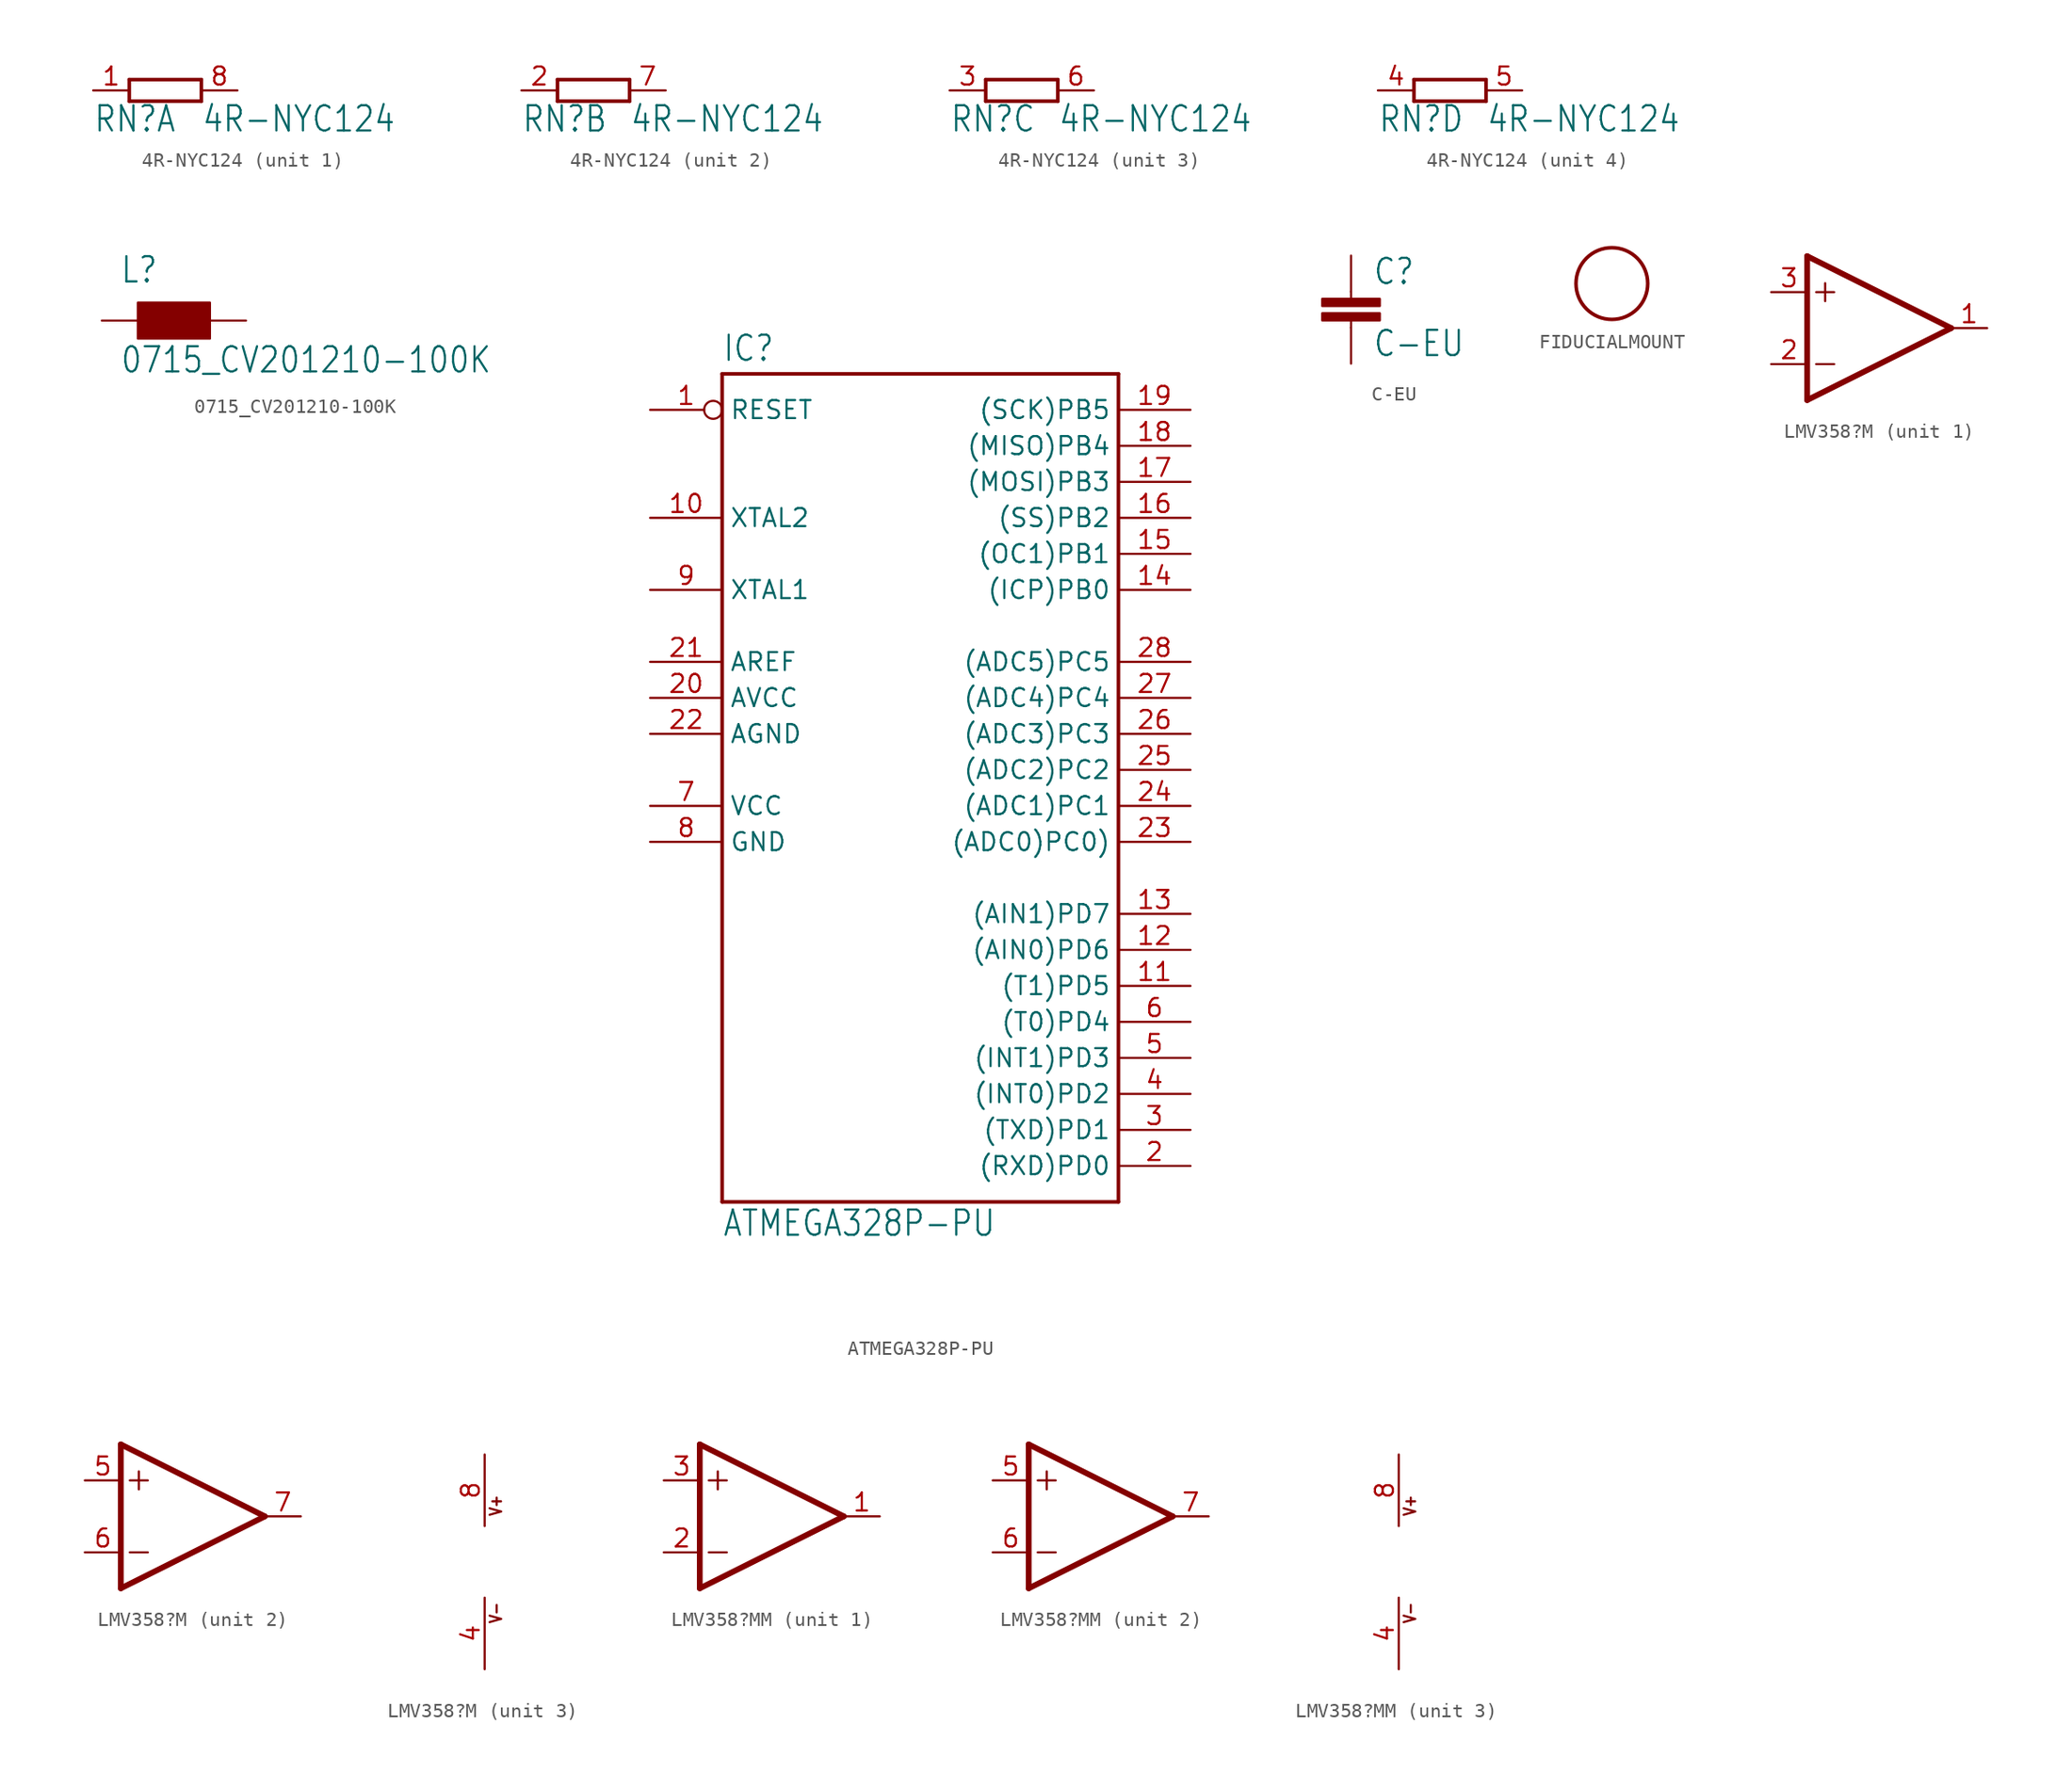
<source format=kicad_sym>
(kicad_symbol_lib
  (version 20211014)
  (generator kicad_symbol_editor)
  (symbol "4R-NYC124"
    (property "Reference" "RN"
      (at -5.08 -3.048 0)
      (effects (font (size 1.778 1.511)) (justify left bottom)))
    (property "Value" "4R-NYC124"
      (at 2.54 -3.048 0)
      (effects (font (size 1.778 1.511)) (justify left bottom)))
    (property "ki_locked" ""
      (at 0 0 0)
      (effects (font (size 1.27 1.27))))
    (symbol "4R-NYC124_1_0"
      (polyline (pts (xy -2.54 -0.762) (xy 2.54 -0.762)) (stroke (width 0.254) (type default) (color 0 0 0 0)) (fill (type none)))
      (polyline (pts (xy -2.54 0.762) (xy -2.54 -0.762)) (stroke (width 0.254) (type default) (color 0 0 0 0)) (fill (type none)))
      (polyline (pts (xy 2.54 -0.762) (xy 2.54 0.762)) (stroke (width 0.254) (type default) (color 0 0 0 0)) (fill (type none)))
      (polyline (pts (xy 2.54 0.762) (xy -2.54 0.762)) (stroke (width 0.254) (type default) (color 0 0 0 0)) (fill (type none)))
      (pin passive line (at -5.08 0 0) (length 2.54) (name "1" (effects (font (size 0 0)))) (number "1" (effects (font (size 1.27 1.27)))))
      (pin passive line (at 5.08 0 180) (length 2.54) (name "2" (effects (font (size 0 0)))) (number "8" (effects (font (size 1.27 1.27))))))
    (symbol "4R-NYC124_2_0"
      (polyline (pts (xy -2.54 -0.762) (xy 2.54 -0.762)) (stroke (width 0.254) (type default) (color 0 0 0 0)) (fill (type none)))
      (polyline (pts (xy -2.54 0.762) (xy -2.54 -0.762)) (stroke (width 0.254) (type default) (color 0 0 0 0)) (fill (type none)))
      (polyline (pts (xy 2.54 -0.762) (xy 2.54 0.762)) (stroke (width 0.254) (type default) (color 0 0 0 0)) (fill (type none)))
      (polyline (pts (xy 2.54 0.762) (xy -2.54 0.762)) (stroke (width 0.254) (type default) (color 0 0 0 0)) (fill (type none)))
      (pin passive line (at -5.08 0 0) (length 2.54) (name "1" (effects (font (size 0 0)))) (number "2" (effects (font (size 1.27 1.27)))))
      (pin passive line (at 5.08 0 180) (length 2.54) (name "2" (effects (font (size 0 0)))) (number "7" (effects (font (size 1.27 1.27))))))
    (symbol "4R-NYC124_3_0"
      (polyline (pts (xy -2.54 -0.762) (xy 2.54 -0.762)) (stroke (width 0.254) (type default) (color 0 0 0 0)) (fill (type none)))
      (polyline (pts (xy -2.54 0.762) (xy -2.54 -0.762)) (stroke (width 0.254) (type default) (color 0 0 0 0)) (fill (type none)))
      (polyline (pts (xy 2.54 -0.762) (xy 2.54 0.762)) (stroke (width 0.254) (type default) (color 0 0 0 0)) (fill (type none)))
      (polyline (pts (xy 2.54 0.762) (xy -2.54 0.762)) (stroke (width 0.254) (type default) (color 0 0 0 0)) (fill (type none)))
      (pin passive line (at -5.08 0 0) (length 2.54) (name "1" (effects (font (size 0 0)))) (number "3" (effects (font (size 1.27 1.27)))))
      (pin passive line (at 5.08 0 180) (length 2.54) (name "2" (effects (font (size 0 0)))) (number "6" (effects (font (size 1.27 1.27))))))
    (symbol "4R-NYC124_4_0"
      (polyline (pts (xy -2.54 -0.762) (xy 2.54 -0.762)) (stroke (width 0.254) (type default) (color 0 0 0 0)) (fill (type none)))
      (polyline (pts (xy -2.54 0.762) (xy -2.54 -0.762)) (stroke (width 0.254) (type default) (color 0 0 0 0)) (fill (type none)))
      (polyline (pts (xy 2.54 -0.762) (xy 2.54 0.762)) (stroke (width 0.254) (type default) (color 0 0 0 0)) (fill (type none)))
      (polyline (pts (xy 2.54 0.762) (xy -2.54 0.762)) (stroke (width 0.254) (type default) (color 0 0 0 0)) (fill (type none)))
      (pin passive line (at -5.08 0 0) (length 2.54) (name "1" (effects (font (size 0 0)))) (number "4" (effects (font (size 1.27 1.27)))))
      (pin passive line (at 5.08 0 180) (length 2.54) (name "2" (effects (font (size 0 0)))) (number "5" (effects (font (size 1.27 1.27)))))))
  (symbol "0715_CV201210-100K"
    (property "Reference" "L"
      (at -3.81 5.08 0)
      (effects (font (size 1.778 1.511)) (justify left bottom)))
    (property "Value" "0715_CV201210-100K"
      (at -3.81 -1.27 0)
      (effects (font (size 1.778 1.511)) (justify left bottom)))
    (property "ki_locked" ""
      (at 0 0 0)
      (effects (font (size 1.27 1.27))))
    (symbol "0715_CV201210-100K_1_0"
      (rectangle (start -2.54 1.27) (end 2.54 3.81) (stroke (width 0) (type default) (color 0 0 0 0)) (fill (type outline)))
      (pin passive line (at -5.08 2.54 0) (length 2.54) (name "1" (effects (font (size 0 0)))) (number "1" (effects (font (size 0 0)))))
      (pin passive line (at 5.08 2.54 180) (length 2.54) (name "2" (effects (font (size 0 0)))) (number "2" (effects (font (size 0 0)))))))
  (symbol "ATMEGA328P-PU"
    (property "Reference" "IC"
      (at -15.24 28.702 0)
      (effects (font (size 1.778 1.511)) (justify left bottom)))
    (property "Value" "ATMEGA328P-PU"
      (at -15.24 -33.02 0)
      (effects (font (size 1.778 1.511)) (justify left bottom)))
    (property "ki_locked" ""
      (at 0 0 0)
      (effects (font (size 1.27 1.27))))
    (symbol "ATMEGA328P-PU_1_0"
      (polyline (pts (xy -15.24 -30.48) (xy -15.24 27.94)) (stroke (width 0.254) (type default) (color 0 0 0 0)) (fill (type none)))
      (polyline (pts (xy -15.24 27.94) (xy 12.7 27.94)) (stroke (width 0.254) (type default) (color 0 0 0 0)) (fill (type none)))
      (polyline (pts (xy 12.7 -30.48) (xy -15.24 -30.48)) (stroke (width 0.254) (type default) (color 0 0 0 0)) (fill (type none)))
      (polyline (pts (xy 12.7 27.94) (xy 12.7 -30.48)) (stroke (width 0.254) (type default) (color 0 0 0 0)) (fill (type none)))
      (pin input inverted (at -20.32 25.4 0) (length 5.08) (name "RESET" (effects (font (size 1.27 1.27)))) (number "1" (effects (font (size 1.27 1.27)))))
      (pin bidirectional line (at -20.32 17.78 0) (length 5.08) (name "XTAL2" (effects (font (size 1.27 1.27)))) (number "10" (effects (font (size 1.27 1.27)))))
      (pin bidirectional line (at 17.78 -15.24 180) (length 5.08) (name "(T1)PD5" (effects (font (size 1.27 1.27)))) (number "11" (effects (font (size 1.27 1.27)))))
      (pin bidirectional line (at 17.78 -12.7 180) (length 5.08) (name "(AIN0)PD6" (effects (font (size 1.27 1.27)))) (number "12" (effects (font (size 1.27 1.27)))))
      (pin bidirectional line (at 17.78 -10.16 180) (length 5.08) (name "(AIN1)PD7" (effects (font (size 1.27 1.27)))) (number "13" (effects (font (size 1.27 1.27)))))
      (pin bidirectional line (at 17.78 12.7 180) (length 5.08) (name "(ICP)PB0" (effects (font (size 1.27 1.27)))) (number "14" (effects (font (size 1.27 1.27)))))
      (pin bidirectional line (at 17.78 15.24 180) (length 5.08) (name "(OC1)PB1" (effects (font (size 1.27 1.27)))) (number "15" (effects (font (size 1.27 1.27)))))
      (pin bidirectional line (at 17.78 17.78 180) (length 5.08) (name "(SS)PB2" (effects (font (size 1.27 1.27)))) (number "16" (effects (font (size 1.27 1.27)))))
      (pin bidirectional line (at 17.78 20.32 180) (length 5.08) (name "(MOSI)PB3" (effects (font (size 1.27 1.27)))) (number "17" (effects (font (size 1.27 1.27)))))
      (pin bidirectional line (at 17.78 22.86 180) (length 5.08) (name "(MISO)PB4" (effects (font (size 1.27 1.27)))) (number "18" (effects (font (size 1.27 1.27)))))
      (pin bidirectional line (at 17.78 25.4 180) (length 5.08) (name "(SCK)PB5" (effects (font (size 1.27 1.27)))) (number "19" (effects (font (size 1.27 1.27)))))
      (pin bidirectional line (at 17.78 -27.94 180) (length 5.08) (name "(RXD)PD0" (effects (font (size 1.27 1.27)))) (number "2" (effects (font (size 1.27 1.27)))))
      (pin power_in line (at -20.32 5.08 0) (length 5.08) (name "AVCC" (effects (font (size 1.27 1.27)))) (number "20" (effects (font (size 1.27 1.27)))))
      (pin passive line (at -20.32 7.62 0) (length 5.08) (name "AREF" (effects (font (size 1.27 1.27)))) (number "21" (effects (font (size 1.27 1.27)))))
      (pin power_in line (at -20.32 2.54 0) (length 5.08) (name "AGND" (effects (font (size 1.27 1.27)))) (number "22" (effects (font (size 1.27 1.27)))))
      (pin bidirectional line (at 17.78 -5.08 180) (length 5.08) (name "(ADC0)PC0)" (effects (font (size 1.27 1.27)))) (number "23" (effects (font (size 1.27 1.27)))))
      (pin bidirectional line (at 17.78 -2.54 180) (length 5.08) (name "(ADC1)PC1" (effects (font (size 1.27 1.27)))) (number "24" (effects (font (size 1.27 1.27)))))
      (pin bidirectional line (at 17.78 0 180) (length 5.08) (name "(ADC2)PC2" (effects (font (size 1.27 1.27)))) (number "25" (effects (font (size 1.27 1.27)))))
      (pin bidirectional line (at 17.78 2.54 180) (length 5.08) (name "(ADC3)PC3" (effects (font (size 1.27 1.27)))) (number "26" (effects (font (size 1.27 1.27)))))
      (pin bidirectional line (at 17.78 5.08 180) (length 5.08) (name "(ADC4)PC4" (effects (font (size 1.27 1.27)))) (number "27" (effects (font (size 1.27 1.27)))))
      (pin bidirectional line (at 17.78 7.62 180) (length 5.08) (name "(ADC5)PC5" (effects (font (size 1.27 1.27)))) (number "28" (effects (font (size 1.27 1.27)))))
      (pin bidirectional line (at 17.78 -25.4 180) (length 5.08) (name "(TXD)PD1" (effects (font (size 1.27 1.27)))) (number "3" (effects (font (size 1.27 1.27)))))
      (pin bidirectional line (at 17.78 -22.86 180) (length 5.08) (name "(INT0)PD2" (effects (font (size 1.27 1.27)))) (number "4" (effects (font (size 1.27 1.27)))))
      (pin bidirectional line (at 17.78 -20.32 180) (length 5.08) (name "(INT1)PD3" (effects (font (size 1.27 1.27)))) (number "5" (effects (font (size 1.27 1.27)))))
      (pin bidirectional line (at 17.78 -17.78 180) (length 5.08) (name "(T0)PD4" (effects (font (size 1.27 1.27)))) (number "6" (effects (font (size 1.27 1.27)))))
      (pin power_in line (at -20.32 -2.54 0) (length 5.08) (name "VCC" (effects (font (size 1.27 1.27)))) (number "7" (effects (font (size 1.27 1.27)))))
      (pin power_in line (at -20.32 -5.08 0) (length 5.08) (name "GND" (effects (font (size 1.27 1.27)))) (number "8" (effects (font (size 1.27 1.27)))))
      (pin bidirectional line (at -20.32 12.7 0) (length 5.08) (name "XTAL1" (effects (font (size 1.27 1.27)))) (number "9" (effects (font (size 1.27 1.27)))))))
  (symbol "C-EU"
    (property "Reference" "C"
      (at 1.524 0.381 0)
      (effects (font (size 1.778 1.511)) (justify left bottom)))
    (property "Value" "C-EU"
      (at 1.524 -4.699 0)
      (effects (font (size 1.778 1.511)) (justify left bottom)))
    (property "ki_locked" ""
      (at 0 0 0)
      (effects (font (size 1.27 1.27))))
    (symbol "C-EU_1_0"
      (rectangle (start -2.032 -2.032) (end 2.032 -1.524) (stroke (width 0) (type default) (color 0 0 0 0)) (fill (type outline)))
      (rectangle (start -2.032 -1.016) (end 2.032 -0.508) (stroke (width 0) (type default) (color 0 0 0 0)) (fill (type outline)))
      (polyline (pts (xy 0 -2.54) (xy 0 -2.032)) (stroke (width 0.152) (type default) (color 0 0 0 0)) (fill (type none)))
      (polyline (pts (xy 0 0) (xy 0 -0.508)) (stroke (width 0.152) (type default) (color 0 0 0 0)) (fill (type none)))
      (pin passive line (at 0 2.54 270) (length 2.54) (name "1" (effects (font (size 0 0)))) (number "1" (effects (font (size 0 0)))))
      (pin passive line (at 0 -5.08 90) (length 2.54) (name "2" (effects (font (size 0 0)))) (number "2" (effects (font (size 0 0)))))))
  (symbol "FIDUCIALMOUNT"
    (property "Reference" ""
      (at 0 0 0)
      (effects (font (size 1.27 1.27)) hide))
    (property "ki_locked" ""
      (at 0 0 0)
      (effects (font (size 1.27 1.27))))
    (symbol "FIDUCIALMOUNT_1_0"
      (circle (center 0 0) (radius 2.54) (stroke (width 0.254) (type default) (color 0 0 0 0)) (fill (type none)))))
  (symbol "LMV358?M"
    (property "Reference" "IC"
      (at 2.54 3.175 0)
      (effects (font (size 1.778 1.511)) (justify left bottom) hide))
    (property "ki_locked" ""
      (at 0 0 0)
      (effects (font (size 1.27 1.27))))
    (symbol "LMV358?M_1_0"
      (polyline (pts (xy -5.08 -5.08) (xy 5.08 0)) (stroke (width 0.406) (type default) (color 0 0 0 0)) (fill (type none)))
      (polyline (pts (xy -5.08 5.08) (xy -5.08 -5.08)) (stroke (width 0.406) (type default) (color 0 0 0 0)) (fill (type none)))
      (polyline (pts (xy -4.445 -2.54) (xy -3.175 -2.54)) (stroke (width 0.152) (type default) (color 0 0 0 0)) (fill (type none)))
      (polyline (pts (xy -4.445 2.54) (xy -3.175 2.54)) (stroke (width 0.152) (type default) (color 0 0 0 0)) (fill (type none)))
      (polyline (pts (xy -3.81 3.175) (xy -3.81 1.905)) (stroke (width 0.152) (type default) (color 0 0 0 0)) (fill (type none)))
      (polyline (pts (xy 5.08 0) (xy -5.08 5.08)) (stroke (width 0.406) (type default) (color 0 0 0 0)) (fill (type none)))
      (pin output line (at 7.62 0 180) (length 2.54) (name "OUT" (effects (font (size 0 0)))) (number "1" (effects (font (size 1.27 1.27)))))
      (pin input line (at -7.62 -2.54 0) (length 2.54) (name "-IN" (effects (font (size 0 0)))) (number "2" (effects (font (size 1.27 1.27)))))
      (pin input line (at -7.62 2.54 0) (length 2.54) (name "+IN" (effects (font (size 0 0)))) (number "3" (effects (font (size 1.27 1.27))))))
    (symbol "LMV358?M_2_0"
      (polyline (pts (xy -5.08 -5.08) (xy 5.08 0)) (stroke (width 0.406) (type default) (color 0 0 0 0)) (fill (type none)))
      (polyline (pts (xy -5.08 5.08) (xy -5.08 -5.08)) (stroke (width 0.406) (type default) (color 0 0 0 0)) (fill (type none)))
      (polyline (pts (xy -4.445 -2.54) (xy -3.175 -2.54)) (stroke (width 0.152) (type default) (color 0 0 0 0)) (fill (type none)))
      (polyline (pts (xy -4.445 2.54) (xy -3.175 2.54)) (stroke (width 0.152) (type default) (color 0 0 0 0)) (fill (type none)))
      (polyline (pts (xy -3.81 3.175) (xy -3.81 1.905)) (stroke (width 0.152) (type default) (color 0 0 0 0)) (fill (type none)))
      (polyline (pts (xy 5.08 0) (xy -5.08 5.08)) (stroke (width 0.406) (type default) (color 0 0 0 0)) (fill (type none)))
      (pin input line (at -7.62 2.54 0) (length 2.54) (name "+IN" (effects (font (size 0 0)))) (number "5" (effects (font (size 1.27 1.27)))))
      (pin input line (at -7.62 -2.54 0) (length 2.54) (name "-IN" (effects (font (size 0 0)))) (number "6" (effects (font (size 1.27 1.27)))))
      (pin output line (at 7.62 0 180) (length 2.54) (name "OUT" (effects (font (size 0 0)))) (number "7" (effects (font (size 1.27 1.27))))))
    (symbol "LMV358?M_3_0"
      (text "V+" (at 1.27 3.175 900) (effects (font (size 0.813 0.691)) (justify left bottom)))
      (text "V-" (at 1.27 -4.445 900) (effects (font (size 0.813 0.691)) (justify left bottom)))
      (pin power_in line (at 0 -7.62 90) (length 5.08) (name "V-" (effects (font (size 0 0)))) (number "4" (effects (font (size 1.27 1.27)))))
      (pin power_in line (at 0 7.62 270) (length 5.08) (name "V+" (effects (font (size 0 0)))) (number "8" (effects (font (size 1.27 1.27)))))))
  (symbol "LMV358?MM"
    (property "Reference" "IC"
      (at 2.54 3.175 0)
      (effects (font (size 1.778 1.511)) (justify left bottom) hide))
    (property "ki_locked" ""
      (at 0 0 0)
      (effects (font (size 1.27 1.27))))
    (symbol "LMV358?MM_1_0"
      (polyline (pts (xy -5.08 -5.08) (xy 5.08 0)) (stroke (width 0.406) (type default) (color 0 0 0 0)) (fill (type none)))
      (polyline (pts (xy -5.08 5.08) (xy -5.08 -5.08)) (stroke (width 0.406) (type default) (color 0 0 0 0)) (fill (type none)))
      (polyline (pts (xy -4.445 -2.54) (xy -3.175 -2.54)) (stroke (width 0.152) (type default) (color 0 0 0 0)) (fill (type none)))
      (polyline (pts (xy -4.445 2.54) (xy -3.175 2.54)) (stroke (width 0.152) (type default) (color 0 0 0 0)) (fill (type none)))
      (polyline (pts (xy -3.81 3.175) (xy -3.81 1.905)) (stroke (width 0.152) (type default) (color 0 0 0 0)) (fill (type none)))
      (polyline (pts (xy 5.08 0) (xy -5.08 5.08)) (stroke (width 0.406) (type default) (color 0 0 0 0)) (fill (type none)))
      (pin output line (at 7.62 0 180) (length 2.54) (name "OUT" (effects (font (size 0 0)))) (number "1" (effects (font (size 1.27 1.27)))))
      (pin input line (at -7.62 -2.54 0) (length 2.54) (name "-IN" (effects (font (size 0 0)))) (number "2" (effects (font (size 1.27 1.27)))))
      (pin input line (at -7.62 2.54 0) (length 2.54) (name "+IN" (effects (font (size 0 0)))) (number "3" (effects (font (size 1.27 1.27))))))
    (symbol "LMV358?MM_2_0"
      (polyline (pts (xy -5.08 -5.08) (xy 5.08 0)) (stroke (width 0.406) (type default) (color 0 0 0 0)) (fill (type none)))
      (polyline (pts (xy -5.08 5.08) (xy -5.08 -5.08)) (stroke (width 0.406) (type default) (color 0 0 0 0)) (fill (type none)))
      (polyline (pts (xy -4.445 -2.54) (xy -3.175 -2.54)) (stroke (width 0.152) (type default) (color 0 0 0 0)) (fill (type none)))
      (polyline (pts (xy -4.445 2.54) (xy -3.175 2.54)) (stroke (width 0.152) (type default) (color 0 0 0 0)) (fill (type none)))
      (polyline (pts (xy -3.81 3.175) (xy -3.81 1.905)) (stroke (width 0.152) (type default) (color 0 0 0 0)) (fill (type none)))
      (polyline (pts (xy 5.08 0) (xy -5.08 5.08)) (stroke (width 0.406) (type default) (color 0 0 0 0)) (fill (type none)))
      (pin input line (at -7.62 2.54 0) (length 2.54) (name "+IN" (effects (font (size 0 0)))) (number "5" (effects (font (size 1.27 1.27)))))
      (pin input line (at -7.62 -2.54 0) (length 2.54) (name "-IN" (effects (font (size 0 0)))) (number "6" (effects (font (size 1.27 1.27)))))
      (pin output line (at 7.62 0 180) (length 2.54) (name "OUT" (effects (font (size 0 0)))) (number "7" (effects (font (size 1.27 1.27))))))
    (symbol "LMV358?MM_3_0"
      (text "V+" (at 1.27 3.175 900) (effects (font (size 0.813 0.691)) (justify left bottom)))
      (text "V-" (at 1.27 -4.445 900) (effects (font (size 0.813 0.691)) (justify left bottom)))
      (pin power_in line (at 0 -7.62 90) (length 5.08) (name "V-" (effects (font (size 0 0)))) (number "4" (effects (font (size 1.27 1.27)))))
      (pin power_in line (at 0 7.62 270) (length 5.08) (name "V+" (effects (font (size 0 0)))) (number "8" (effects (font (size 1.27 1.27))))))))
</source>
